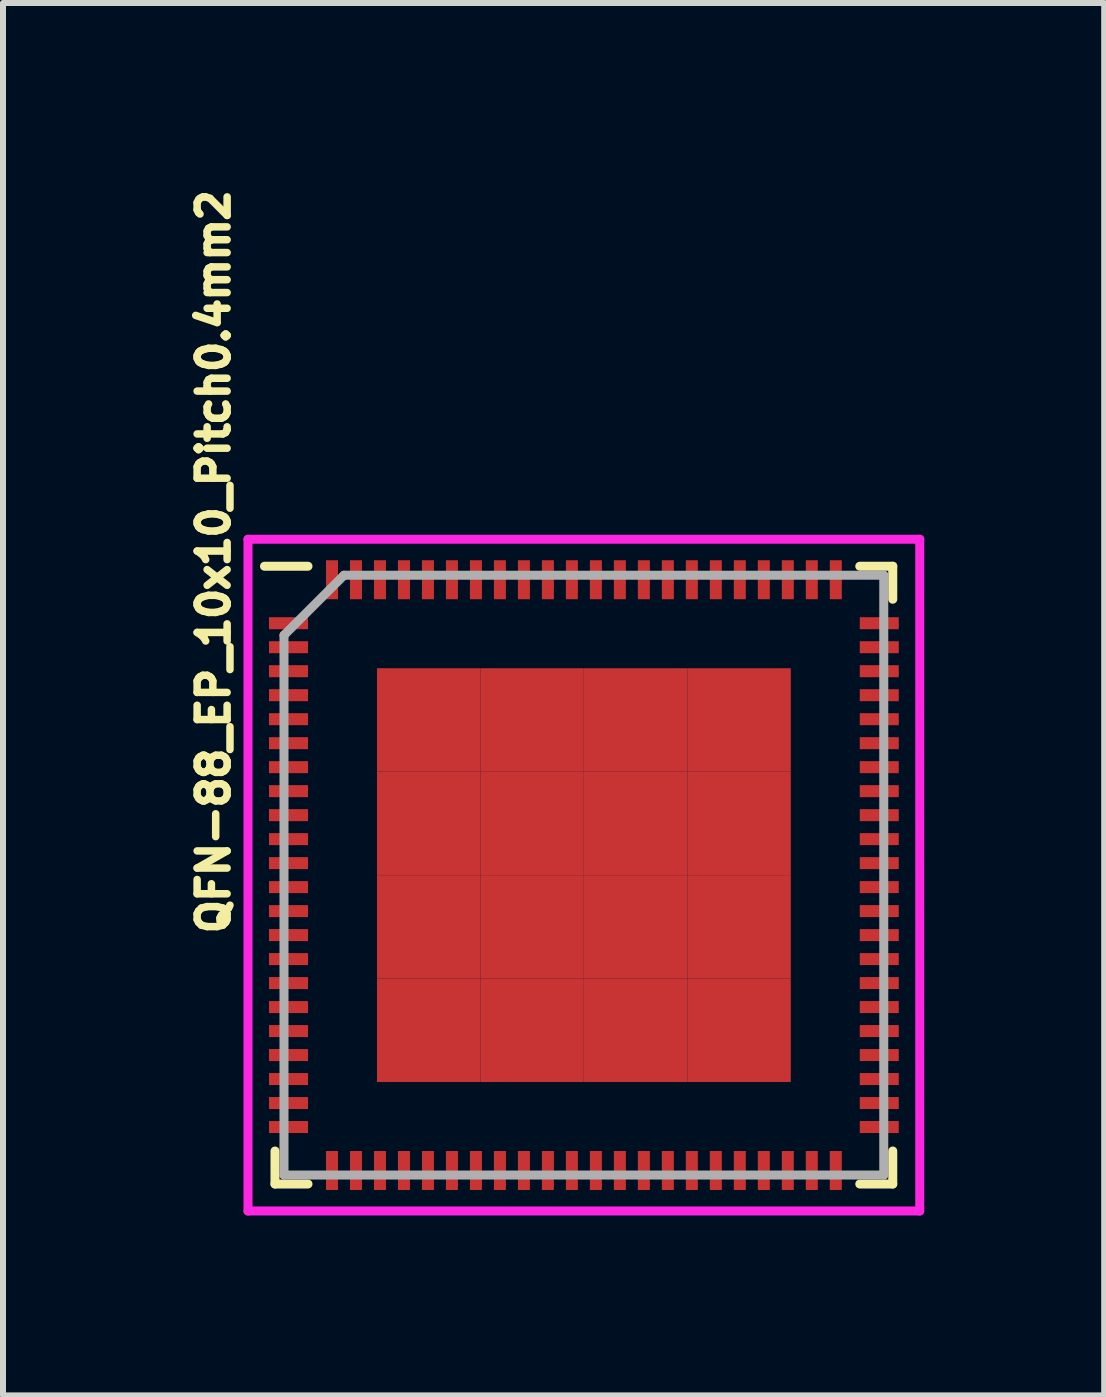
<source format=kicad_pcb>
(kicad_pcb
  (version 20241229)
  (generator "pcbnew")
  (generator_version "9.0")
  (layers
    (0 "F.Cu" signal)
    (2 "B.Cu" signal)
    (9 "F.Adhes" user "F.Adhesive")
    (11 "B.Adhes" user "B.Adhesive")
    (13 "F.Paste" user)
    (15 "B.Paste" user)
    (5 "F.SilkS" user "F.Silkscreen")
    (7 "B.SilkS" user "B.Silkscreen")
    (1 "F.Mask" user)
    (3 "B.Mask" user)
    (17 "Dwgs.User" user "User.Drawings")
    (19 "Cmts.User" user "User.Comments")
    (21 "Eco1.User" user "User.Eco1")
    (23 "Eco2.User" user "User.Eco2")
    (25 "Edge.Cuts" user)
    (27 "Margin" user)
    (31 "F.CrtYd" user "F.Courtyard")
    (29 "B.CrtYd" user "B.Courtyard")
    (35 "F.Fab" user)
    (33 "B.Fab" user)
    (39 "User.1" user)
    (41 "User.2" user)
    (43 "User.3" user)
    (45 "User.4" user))
  (footprint "QFN-88_EP_10x10_Pitch0.4mm2"
    (layer "F.Cu")
    (at 6.685 11.541)
    (property "Reference" "QFN-88_EP_10x10_Pitch0.4mm2" (at -6.173 -5.225 90) (unlocked yes) (layer "F.SilkS") (effects (font (size 0.5 0.5) (thickness 0.125))))
    (attr smd)
    (fp_line (start -5.15 5.15) (end -5.15 4.6) (stroke (width 0.15) (type solid)) (layer "F.SilkS"))
    (fp_line (start -4.6 -5.15) (end -5.325 -5.15) (stroke (width 0.15) (type solid)) (layer "F.SilkS"))
    (fp_line (start -4.6 5.15) (end -5.15 5.15) (stroke (width 0.15) (type solid)) (layer "F.SilkS"))
    (fp_line (start 4.6 -5.15) (end 5.15 -5.15) (stroke (width 0.15) (type solid)) (layer "F.SilkS"))
    (fp_line (start 4.6 5.15) (end 5.15 5.15) (stroke (width 0.15) (type solid)) (layer "F.SilkS"))
    (fp_line (start 5.15 -5.15) (end 5.15 -4.6) (stroke (width 0.15) (type solid)) (layer "F.SilkS"))
    (fp_line (start 5.15 5.15) (end 5.15 4.6) (stroke (width 0.15) (type solid)) (layer "F.SilkS"))
    (fp_line (start -5.6 -5.6) (end 5.6 -5.6) (stroke (width 0.15) (type solid)) (layer "F.CrtYd"))
    (fp_line (start -5.6 5.6) (end -5.6 -5.6) (stroke (width 0.15) (type solid)) (layer "F.CrtYd"))
    (fp_line (start 5.6 -5.6) (end 5.6 5.6) (stroke (width 0.15) (type solid)) (layer "F.CrtYd"))
    (fp_line (start 5.6 5.6) (end -5.6 5.6) (stroke (width 0.15) (type solid)) (layer "F.CrtYd"))
    (fp_line (start -5 -4) (end -5 5) (stroke (width 0.15) (type solid)) (layer "F.Fab"))
    (fp_line (start -5 5) (end 5 5) (stroke (width 0.15) (type solid)) (layer "F.Fab"))
    (fp_line (start -4 -5) (end -5 -4) (stroke (width 0.15) (type solid)) (layer "F.Fab"))
    (fp_line (start 5 -5) (end -4 -5) (stroke (width 0.15) (type solid)) (layer "F.Fab"))
    (fp_line (start 5 5) (end 5 -5) (stroke (width 0.15) (type solid)) (layer "F.Fab"))
    (pad "1" smd rect (at -4.925 -4.2 90) (size 0.2 0.65) (layers "F.Cu" "F.Mask" "F.Paste"))
    (pad "2" smd rect (at -4.925 -3.8 90) (size 0.2 0.65) (layers "F.Cu" "F.Mask" "F.Paste"))
    (pad "3" smd rect (at -4.925 -3.4 90) (size 0.2 0.65) (layers "F.Cu" "F.Mask" "F.Paste"))
    (pad "4" smd rect (at -4.925 -3 90) (size 0.2 0.65) (layers "F.Cu" "F.Mask" "F.Paste"))
    (pad "5" smd rect (at -4.925 -2.6 90) (size 0.2 0.65) (layers "F.Cu" "F.Mask" "F.Paste"))
    (pad "6" smd rect (at -4.925 -2.2 90) (size 0.2 0.65) (layers "F.Cu" "F.Mask" "F.Paste"))
    (pad "7" smd rect (at -4.925 -1.8 90) (size 0.2 0.65) (layers "F.Cu" "F.Mask" "F.Paste"))
    (pad "8" smd rect (at -4.925 -1.4 90) (size 0.2 0.65) (layers "F.Cu" "F.Mask" "F.Paste"))
    (pad "9" smd rect (at -4.925 -1 90) (size 0.2 0.65) (layers "F.Cu" "F.Mask" "F.Paste"))
    (pad "10" smd rect (at -4.925 -0.6 90) (size 0.2 0.65) (layers "F.Cu" "F.Mask" "F.Paste"))
    (pad "11" smd rect (at -4.925 -0.2 90) (size 0.2 0.65) (layers "F.Cu" "F.Mask" "F.Paste"))
    (pad "12" smd rect (at -4.925 0.2 90) (size 0.2 0.65) (layers "F.Cu" "F.Mask" "F.Paste"))
    (pad "13" smd rect (at -4.925 0.6 90) (size 0.2 0.65) (layers "F.Cu" "F.Mask" "F.Paste"))
    (pad "14" smd rect (at -4.925 1 90) (size 0.2 0.65) (layers "F.Cu" "F.Mask" "F.Paste"))
    (pad "15" smd rect (at -4.925 1.4 90) (size 0.2 0.65) (layers "F.Cu" "F.Mask" "F.Paste"))
    (pad "16" smd rect (at -4.925 1.8 90) (size 0.2 0.65) (layers "F.Cu" "F.Mask" "F.Paste"))
    (pad "17" smd rect (at -4.925 2.2 90) (size 0.2 0.65) (layers "F.Cu" "F.Mask" "F.Paste"))
    (pad "18" smd rect (at -4.925 2.6 90) (size 0.2 0.65) (layers "F.Cu" "F.Mask" "F.Paste"))
    (pad "19" smd rect (at -4.925 3 90) (size 0.2 0.65) (layers "F.Cu" "F.Mask" "F.Paste"))
    (pad "20" smd rect (at -4.925 3.4 90) (size 0.2 0.65) (layers "F.Cu" "F.Mask" "F.Paste"))
    (pad "21" smd rect (at -4.925 3.8 90) (size 0.2 0.65) (layers "F.Cu" "F.Mask" "F.Paste"))
    (pad "22" smd rect (at -4.925 4.2 90) (size 0.2 0.65) (layers "F.Cu" "F.Mask" "F.Paste"))
    (pad "23" smd rect (at -4.2 4.925) (size 0.2 0.65) (layers "F.Cu" "F.Mask" "F.Paste"))
    (pad "24" smd rect (at -3.8 4.925) (size 0.2 0.65) (layers "F.Cu" "F.Mask" "F.Paste"))
    (pad "25" smd rect (at -3.4 4.925) (size 0.2 0.65) (layers "F.Cu" "F.Mask" "F.Paste"))
    (pad "26" smd rect (at -3 4.925) (size 0.2 0.65) (layers "F.Cu" "F.Mask" "F.Paste"))
    (pad "27" smd rect (at -2.6 4.925) (size 0.2 0.65) (layers "F.Cu" "F.Mask" "F.Paste"))
    (pad "28" smd rect (at -2.2 4.925) (size 0.2 0.65) (layers "F.Cu" "F.Mask" "F.Paste"))
    (pad "29" smd rect (at -1.8 4.925) (size 0.2 0.65) (layers "F.Cu" "F.Mask" "F.Paste"))
    (pad "30" smd rect (at -1.4 4.925) (size 0.2 0.65) (layers "F.Cu" "F.Mask" "F.Paste"))
    (pad "31" smd rect (at -1 4.925) (size 0.2 0.65) (layers "F.Cu" "F.Mask" "F.Paste"))
    (pad "32" smd rect (at -0.6 4.925) (size 0.2 0.65) (layers "F.Cu" "F.Mask" "F.Paste"))
    (pad "33" smd rect (at -0.2 4.925) (size 0.2 0.65) (layers "F.Cu" "F.Mask" "F.Paste"))
    (pad "34" smd rect (at 0.2 4.925) (size 0.2 0.65) (layers "F.Cu" "F.Mask" "F.Paste"))
    (pad "35" smd rect (at 0.6 4.925) (size 0.2 0.65) (layers "F.Cu" "F.Mask" "F.Paste"))
    (pad "36" smd rect (at 1 4.925) (size 0.2 0.65) (layers "F.Cu" "F.Mask" "F.Paste"))
    (pad "37" smd rect (at 1.4 4.925) (size 0.2 0.65) (layers "F.Cu" "F.Mask" "F.Paste"))
    (pad "38" smd rect (at 1.8 4.925) (size 0.2 0.65) (layers "F.Cu" "F.Mask" "F.Paste"))
    (pad "39" smd rect (at 2.2 4.925) (size 0.2 0.65) (layers "F.Cu" "F.Mask" "F.Paste"))
    (pad "40" smd rect (at 2.6 4.925) (size 0.2 0.65) (layers "F.Cu" "F.Mask" "F.Paste"))
    (pad "41" smd rect (at 3 4.925) (size 0.2 0.65) (layers "F.Cu" "F.Mask" "F.Paste"))
    (pad "42" smd rect (at 3.4 4.925) (size 0.2 0.65) (layers "F.Cu" "F.Mask" "F.Paste"))
    (pad "43" smd rect (at 3.8 4.925) (size 0.2 0.65) (layers "F.Cu" "F.Mask" "F.Paste"))
    (pad "44" smd rect (at 4.2 4.925) (size 0.2 0.65) (layers "F.Cu" "F.Mask" "F.Paste"))
    (pad "45" smd rect (at 4.925 4.2 90) (size 0.2 0.65) (layers "F.Cu" "F.Mask" "F.Paste"))
    (pad "46" smd rect (at 4.925 3.8 90) (size 0.2 0.65) (layers "F.Cu" "F.Mask" "F.Paste"))
    (pad "47" smd rect (at 4.925 3.4 90) (size 0.2 0.65) (layers "F.Cu" "F.Mask" "F.Paste"))
    (pad "48" smd rect (at 4.925 3 90) (size 0.2 0.65) (layers "F.Cu" "F.Mask" "F.Paste"))
    (pad "49" smd rect (at 4.925 2.6 90) (size 0.2 0.65) (layers "F.Cu" "F.Mask" "F.Paste"))
    (pad "50" smd rect (at 4.925 2.2 90) (size 0.2 0.65) (layers "F.Cu" "F.Mask" "F.Paste"))
    (pad "51" smd rect (at 4.925 1.8 90) (size 0.2 0.65) (layers "F.Cu" "F.Mask" "F.Paste"))
    (pad "52" smd rect (at 4.925 1.4 90) (size 0.2 0.65) (layers "F.Cu" "F.Mask" "F.Paste"))
    (pad "53" smd rect (at 4.925 1 90) (size 0.2 0.65) (layers "F.Cu" "F.Mask" "F.Paste"))
    (pad "54" smd rect (at 4.925 0.6 90) (size 0.2 0.65) (layers "F.Cu" "F.Mask" "F.Paste"))
    (pad "55" smd rect (at 4.925 0.2 90) (size 0.2 0.65) (layers "F.Cu" "F.Mask" "F.Paste"))
    (pad "56" smd rect (at 4.925 -0.2 90) (size 0.2 0.65) (layers "F.Cu" "F.Mask" "F.Paste"))
    (pad "57" smd rect (at 4.925 -0.6 90) (size 0.2 0.65) (layers "F.Cu" "F.Mask" "F.Paste"))
    (pad "58" smd rect (at 4.925 -1 90) (size 0.2 0.65) (layers "F.Cu" "F.Mask" "F.Paste"))
    (pad "59" smd rect (at 4.925 -1.4 90) (size 0.2 0.65) (layers "F.Cu" "F.Mask" "F.Paste"))
    (pad "60" smd rect (at 4.925 -1.8 90) (size 0.2 0.65) (layers "F.Cu" "F.Mask" "F.Paste"))
    (pad "61" smd rect (at 4.925 -2.2 90) (size 0.2 0.65) (layers "F.Cu" "F.Mask" "F.Paste"))
    (pad "62" smd rect (at 4.925 -2.6 90) (size 0.2 0.65) (layers "F.Cu" "F.Mask" "F.Paste"))
    (pad "63" smd rect (at 4.925 -3 90) (size 0.2 0.65) (layers "F.Cu" "F.Mask" "F.Paste"))
    (pad "64" smd rect (at 4.925 -3.4 90) (size 0.2 0.65) (layers "F.Cu" "F.Mask" "F.Paste"))
    (pad "65" smd rect (at 4.925 -3.8 90) (size 0.2 0.65) (layers "F.Cu" "F.Mask" "F.Paste"))
    (pad "66" smd rect (at 4.925 -4.2 90) (size 0.2 0.65) (layers "F.Cu" "F.Mask" "F.Paste"))
    (pad "67" smd rect (at 4.2 -4.925) (size 0.2 0.65) (layers "F.Cu" "F.Mask" "F.Paste"))
    (pad "68" smd rect (at 3.8 -4.925) (size 0.2 0.65) (layers "F.Cu" "F.Mask" "F.Paste"))
    (pad "69" smd rect (at 3.4 -4.925) (size 0.2 0.65) (layers "F.Cu" "F.Mask" "F.Paste"))
    (pad "70" smd rect (at 3 -4.925) (size 0.2 0.65) (layers "F.Cu" "F.Mask" "F.Paste"))
    (pad "71" smd rect (at 2.6 -4.925) (size 0.2 0.65) (layers "F.Cu" "F.Mask" "F.Paste"))
    (pad "72" smd rect (at 2.2 -4.925) (size 0.2 0.65) (layers "F.Cu" "F.Mask" "F.Paste"))
    (pad "73" smd rect (at 1.8 -4.925) (size 0.2 0.65) (layers "F.Cu" "F.Mask" "F.Paste"))
    (pad "74" smd rect (at 1.4 -4.925) (size 0.2 0.65) (layers "F.Cu" "F.Mask" "F.Paste"))
    (pad "75" smd rect (at 1 -4.925) (size 0.2 0.65) (layers "F.Cu" "F.Mask" "F.Paste"))
    (pad "76" smd rect (at 0.6 -4.925) (size 0.2 0.65) (layers "F.Cu" "F.Mask" "F.Paste"))
    (pad "77" smd rect (at 0.2 -4.925) (size 0.2 0.65) (layers "F.Cu" "F.Mask" "F.Paste"))
    (pad "78" smd rect (at -0.2 -4.925) (size 0.2 0.65) (layers "F.Cu" "F.Mask" "F.Paste"))
    (pad "79" smd rect (at -0.6 -4.925) (size 0.2 0.65) (layers "F.Cu" "F.Mask" "F.Paste"))
    (pad "80" smd rect (at -1 -4.925) (size 0.2 0.65) (layers "F.Cu" "F.Mask" "F.Paste"))
    (pad "81" smd rect (at -1.4 -4.925) (size 0.2 0.65) (layers "F.Cu" "F.Mask" "F.Paste"))
    (pad "82" smd rect (at -1.8 -4.925) (size 0.2 0.65) (layers "F.Cu" "F.Mask" "F.Paste"))
    (pad "83" smd rect (at -2.2 -4.925) (size 0.2 0.65) (layers "F.Cu" "F.Mask" "F.Paste"))
    (pad "84" smd rect (at -2.6 -4.925) (size 0.2 0.65) (layers "F.Cu" "F.Mask" "F.Paste"))
    (pad "85" smd rect (at -3 -4.925) (size 0.2 0.65) (layers "F.Cu" "F.Mask" "F.Paste"))
    (pad "86" smd rect (at -3.4 -4.925) (size 0.2 0.65) (layers "F.Cu" "F.Mask" "F.Paste"))
    (pad "87" smd rect (at -3.8 -4.925) (size 0.2 0.65) (layers "F.Cu" "F.Mask" "F.Paste"))
    (pad "88" smd rect (at -4.2 -4.925) (size 0.2 0.65) (layers "F.Cu" "F.Mask" "F.Paste"))
    (pad "89" smd rect (at -2.587 -2.587) (size 1.725 1.725) (layers "F.Cu" "F.Mask" "F.Paste"))
    (pad "89" smd rect (at -2.587 -0.863) (size 1.725 1.725) (layers "F.Cu" "F.Mask" "F.Paste"))
    (pad "89" smd rect (at -2.587 0.863) (size 1.725 1.725) (layers "F.Cu" "F.Mask" "F.Paste"))
    (pad "89" smd rect (at -2.587 2.587 90) (size 1.725 1.725) (layers "F.Cu" "F.Mask" "F.Paste"))
    (pad "89" smd rect (at -0.863 -2.587) (size 1.725 1.725) (layers "F.Cu" "F.Mask" "F.Paste"))
    (pad "89" smd rect (at -0.863 -0.863) (size 1.725 1.725) (layers "F.Cu" "F.Mask" "F.Paste"))
    (pad "89" smd rect (at -0.863 0.863) (size 1.725 1.725) (layers "F.Cu" "F.Mask" "F.Paste"))
    (pad "89" smd rect (at -0.863 2.587) (size 1.725 1.725) (layers "F.Cu" "F.Mask" "F.Paste"))
    (pad "89" smd rect (at 0.863 -2.587) (size 1.725 1.725) (layers "F.Cu" "F.Mask" "F.Paste"))
    (pad "89" smd rect (at 0.863 -0.863) (size 1.725 1.725) (layers "F.Cu" "F.Mask" "F.Paste"))
    (pad "89" smd rect (at 0.863 0.863) (size 1.725 1.725) (layers "F.Cu" "F.Mask" "F.Paste"))
    (pad "89" smd rect (at 0.863 2.587) (size 1.725 1.725) (layers "F.Cu" "F.Mask" "F.Paste"))
    (pad "89" smd rect (at 2.587 -2.587) (size 1.725 1.725) (layers "F.Cu" "F.Mask" "F.Paste"))
    (pad "89" smd rect (at 2.587 -0.863) (size 1.725 1.725) (layers "F.Cu" "F.Mask" "F.Paste"))
    (pad "89" smd rect (at 2.587 0.863) (size 1.725 1.725) (layers "F.Cu" "F.Mask" "F.Paste"))
    (pad "89" smd rect (at 2.587 2.587) (size 1.725 1.725) (layers "F.Cu" "F.Mask" "F.Paste")))
  (gr_rect
    (start -3 -3)
    (end 15.36 20.216)
    (stroke (width 0.1) (type default))
    (fill no)
    (layer "Edge.Cuts")))
</source>
